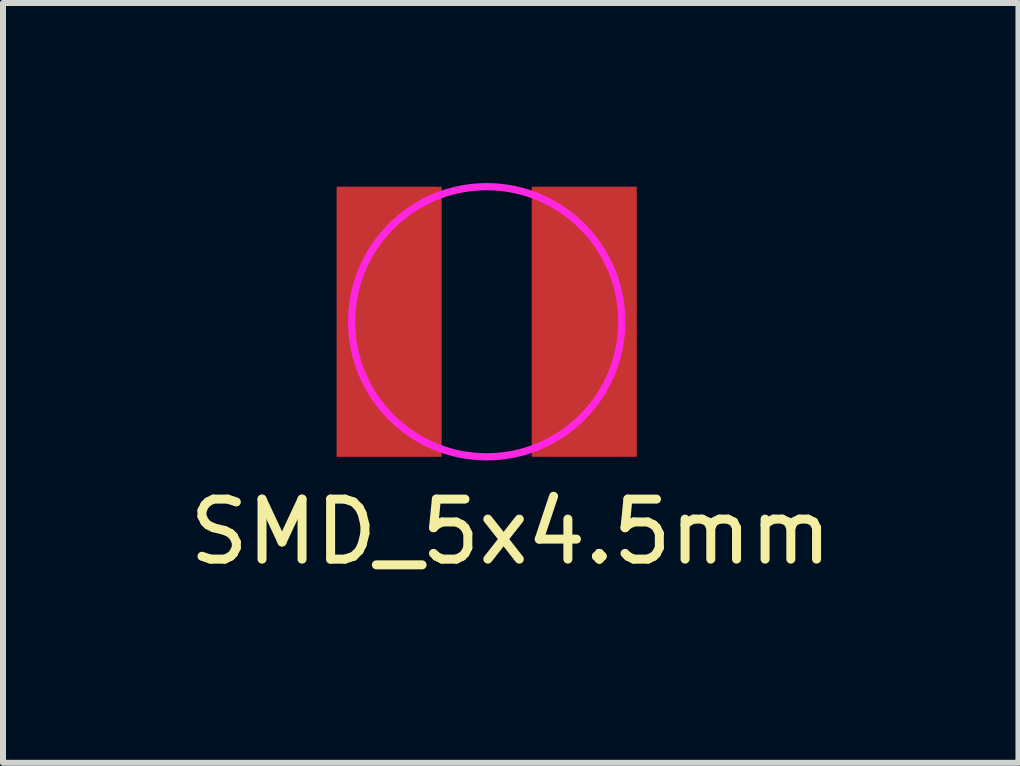
<source format=kicad_pcb>
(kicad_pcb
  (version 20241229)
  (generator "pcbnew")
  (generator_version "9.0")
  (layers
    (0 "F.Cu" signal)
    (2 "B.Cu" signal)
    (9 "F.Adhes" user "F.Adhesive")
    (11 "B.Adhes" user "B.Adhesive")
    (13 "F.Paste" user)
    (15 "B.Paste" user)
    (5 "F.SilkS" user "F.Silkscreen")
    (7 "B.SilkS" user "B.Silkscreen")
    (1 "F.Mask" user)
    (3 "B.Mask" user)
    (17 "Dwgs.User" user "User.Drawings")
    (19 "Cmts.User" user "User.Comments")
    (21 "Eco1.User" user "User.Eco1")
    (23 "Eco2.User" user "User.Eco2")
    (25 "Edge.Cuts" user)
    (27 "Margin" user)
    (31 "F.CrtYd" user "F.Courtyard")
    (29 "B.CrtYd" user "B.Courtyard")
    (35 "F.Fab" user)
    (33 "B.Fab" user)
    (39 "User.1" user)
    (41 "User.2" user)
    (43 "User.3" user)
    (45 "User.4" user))
  (footprint "SMD_5x4.5mm"
    (layer "F.Cu")
    (at 5.058 2.31)
    (property "Reference" "SMD_5x4.5mm" (at 0.4 3.5 0) (layer "F.SilkS") (effects (font (size 1 1) (thickness 0.15))))
    (attr through_hole)
    (fp_circle (center 0 0) (end 2.25 0) (stroke (width 0.12) (type solid)) (fill no) (layer "F.CrtYd"))
    (pad "1" smd rect (at -1.625 0) (size 1.75 4.5) (layers "F.Cu" "F.Mask" "F.Paste"))
    (pad "2" smd rect (at 1.625 0) (size 1.75 4.5) (layers "F.Cu" "F.Mask" "F.Paste")))
  (gr_rect
    (start -3 -3)
    (end 13.917 9.658)
    (stroke (width 0.1) (type default))
    (fill no)
    (layer "Edge.Cuts")))
</source>
